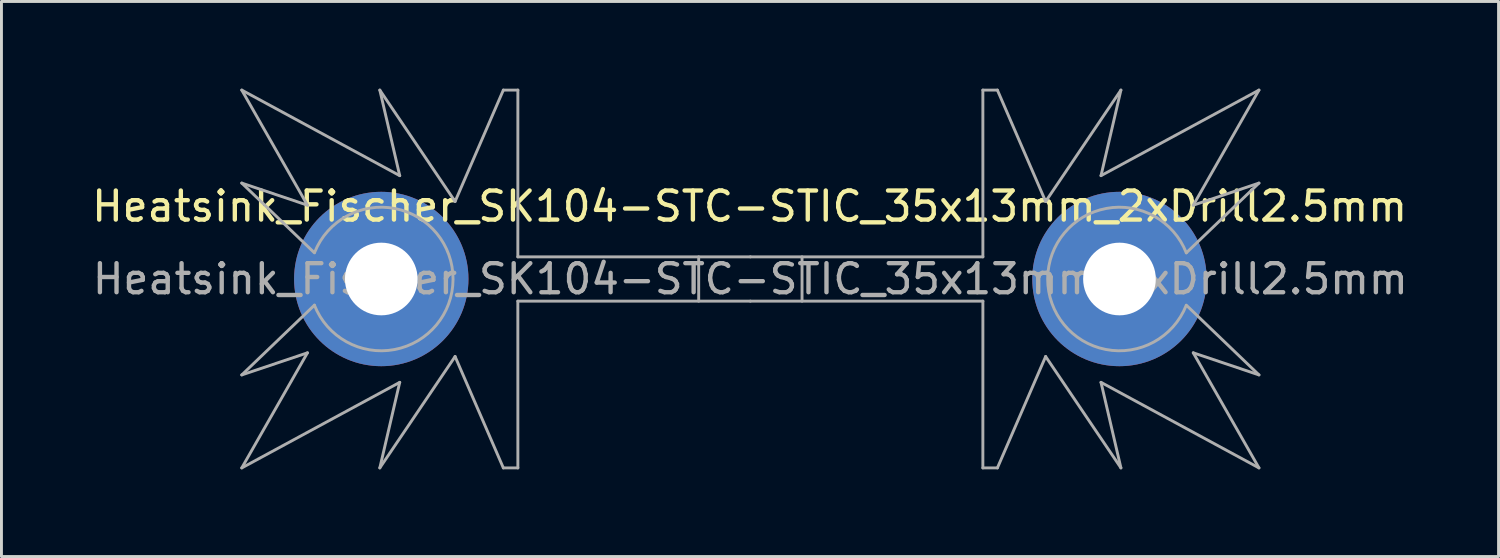
<source format=kicad_pcb>
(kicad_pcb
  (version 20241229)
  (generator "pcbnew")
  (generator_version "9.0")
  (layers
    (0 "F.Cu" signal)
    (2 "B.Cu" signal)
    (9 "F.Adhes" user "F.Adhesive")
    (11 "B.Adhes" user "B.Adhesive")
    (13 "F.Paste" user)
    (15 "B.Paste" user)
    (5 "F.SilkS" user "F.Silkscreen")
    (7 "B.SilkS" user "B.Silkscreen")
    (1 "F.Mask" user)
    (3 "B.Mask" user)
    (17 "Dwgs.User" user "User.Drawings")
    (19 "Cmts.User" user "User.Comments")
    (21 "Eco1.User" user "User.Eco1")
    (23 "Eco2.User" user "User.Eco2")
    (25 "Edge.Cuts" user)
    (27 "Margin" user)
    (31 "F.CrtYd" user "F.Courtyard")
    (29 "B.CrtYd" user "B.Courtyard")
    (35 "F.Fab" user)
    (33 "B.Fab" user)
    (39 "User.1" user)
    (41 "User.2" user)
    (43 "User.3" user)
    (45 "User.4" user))
  (footprint "Heatsink_Fischer_SK104-STC-STIC_35x13mm_2xDrill2.5mm"
    (layer "F.Cu")
    (at 22.769 6.55)
    (property "Reference" "Heatsink_Fischer_SK104-STC-STIC_35x13mm_2xDrill2.5mm" (at -0.025 -2.5 180) (layer "F.SilkS") (effects (font (size 1 1) (thickness 0.15))))
    (attr through_hole)
    (fp_line (start -17.5 -6.5) (end -15.24 -2.54) (stroke (width 0.1) (type solid)) (layer "F.Fab"))
    (fp_line (start -17.5 -6.5) (end -12.065 -3.556) (stroke (width 0.1) (type solid)) (layer "F.Fab"))
    (fp_line (start -17.5 -3.3) (end -15 -0.9) (stroke (width 0.1) (type solid)) (layer "F.Fab"))
    (fp_line (start -17.5 3.3) (end -15 0.9) (stroke (width 0.1) (type solid)) (layer "F.Fab"))
    (fp_line (start -17.5 6.5) (end -15.24 2.54) (stroke (width 0.1) (type solid)) (layer "F.Fab"))
    (fp_line (start -17.5 6.5) (end -12.065 3.556) (stroke (width 0.1) (type solid)) (layer "F.Fab"))
    (fp_line (start -15.24 -2.54) (end -17.5 -3.3) (stroke (width 0.1) (type solid)) (layer "F.Fab"))
    (fp_line (start -15.24 2.54) (end -17.5 3.3) (stroke (width 0.1) (type solid)) (layer "F.Fab"))
    (fp_line (start -12.065 -3.556) (end -12.75 -6.5) (stroke (width 0.1) (type solid)) (layer "F.Fab"))
    (fp_line (start -12.065 3.556) (end -12.75 6.5) (stroke (width 0.1) (type solid)) (layer "F.Fab"))
    (fp_line (start -10.16 -2.667) (end -12.75 -6.5) (stroke (width 0.1) (type solid)) (layer "F.Fab"))
    (fp_line (start -10.16 2.667) (end -12.75 6.5) (stroke (width 0.1) (type solid)) (layer "F.Fab"))
    (fp_line (start -8.5 -6.5) (end -10.16 -2.667) (stroke (width 0.1) (type solid)) (layer "F.Fab"))
    (fp_line (start -8.5 6.5) (end -10.16 2.667) (stroke (width 0.1) (type solid)) (layer "F.Fab"))
    (fp_line (start -8.001 -0.762) (end -8 -6.5) (stroke (width 0.1) (type solid)) (layer "F.Fab"))
    (fp_line (start -8.001 0.762) (end -8 6.5) (stroke (width 0.1) (type solid)) (layer "F.Fab"))
    (fp_line (start -8 -6.5) (end -8.5 -6.5) (stroke (width 0.1) (type solid)) (layer "F.Fab"))
    (fp_line (start -8 6.5) (end -8.5 6.5) (stroke (width 0.1) (type solid)) (layer "F.Fab"))
    (fp_line (start -1.778 0.762) (end -1.778 -0.762) (stroke (width 0.1) (type solid)) (layer "F.Fab"))
    (fp_line (start 0 -0.762) (end -8.001 -0.762) (stroke (width 0.1) (type solid)) (layer "F.Fab"))
    (fp_line (start 0 -0.762) (end 8.001 -0.762) (stroke (width 0.1) (type solid)) (layer "F.Fab"))
    (fp_line (start 0 0.762) (end -8.001 0.762) (stroke (width 0.1) (type solid)) (layer "F.Fab"))
    (fp_line (start 0 0.762) (end 8.001 0.762) (stroke (width 0.1) (type solid)) (layer "F.Fab"))
    (fp_line (start 1.778 -0.762) (end 1.778 0.762) (stroke (width 0.1) (type solid)) (layer "F.Fab"))
    (fp_line (start 8 -6.5) (end 8.5 -6.5) (stroke (width 0.1) (type solid)) (layer "F.Fab"))
    (fp_line (start 8 6.5) (end 8.5 6.5) (stroke (width 0.1) (type solid)) (layer "F.Fab"))
    (fp_line (start 8.001 -0.762) (end 8 -6.5) (stroke (width 0.1) (type solid)) (layer "F.Fab"))
    (fp_line (start 8.001 0.762) (end 8 6.5) (stroke (width 0.1) (type solid)) (layer "F.Fab"))
    (fp_line (start 8.5 -6.5) (end 10.16 -2.667) (stroke (width 0.1) (type solid)) (layer "F.Fab"))
    (fp_line (start 8.5 6.5) (end 10.16 2.667) (stroke (width 0.1) (type solid)) (layer "F.Fab"))
    (fp_line (start 10.16 -2.667) (end 12.75 -6.5) (stroke (width 0.1) (type solid)) (layer "F.Fab"))
    (fp_line (start 10.16 2.667) (end 12.75 6.5) (stroke (width 0.1) (type solid)) (layer "F.Fab"))
    (fp_line (start 12.065 -3.556) (end 12.75 -6.5) (stroke (width 0.1) (type solid)) (layer "F.Fab"))
    (fp_line (start 12.065 3.556) (end 12.75 6.5) (stroke (width 0.1) (type solid)) (layer "F.Fab"))
    (fp_line (start 15.24 -2.54) (end 17.5 -3.3) (stroke (width 0.1) (type solid)) (layer "F.Fab"))
    (fp_line (start 15.24 2.54) (end 17.5 3.3) (stroke (width 0.1) (type solid)) (layer "F.Fab"))
    (fp_line (start 17.5 -6.5) (end 12.065 -3.556) (stroke (width 0.1) (type solid)) (layer "F.Fab"))
    (fp_line (start 17.5 -6.5) (end 15.24 -2.54) (stroke (width 0.1) (type solid)) (layer "F.Fab"))
    (fp_line (start 17.5 -3.3) (end 15 -0.9) (stroke (width 0.1) (type solid)) (layer "F.Fab"))
    (fp_line (start 17.5 3.3) (end 15 0.9) (stroke (width 0.1) (type solid)) (layer "F.Fab"))
    (fp_line (start 17.5 6.5) (end 12.065 3.556) (stroke (width 0.1) (type solid)) (layer "F.Fab"))
    (fp_line (start 17.5 6.5) (end 15.24 2.54) (stroke (width 0.1) (type solid)) (layer "F.Fab"))
    (fp_arc (start -14.99272 -0.918387) (mid -10.230202 0.009888) (end -15 0.9) (stroke (width 0.1) (type solid)) (layer "F.Fab"))
    (fp_arc (start 14.99272 0.918387) (mid 10.230202 -0.009888) (end 15 -0.9) (stroke (width 0.1) (type solid)) (layer "F.Fab"))
    (fp_text user "${REFERENCE}" (at 0 0 180) (layer "F.Fab") (effects (font (size 1 1) (thickness 0.15))))
    (pad "1" thru_hole circle (at -12.7 0 180) (size 6 6) (drill 2.5) (layers "*.Cu" "*.Mask"))
    (pad "1" thru_hole circle (at 12.7 0) (size 6 6) (drill 2.5) (layers "*.Cu" "*.Mask")))
  (gr_rect
    (start -3 -3)
    (end 48.513 16.1)
    (stroke (width 0.1) (type default))
    (fill no)
    (layer "Edge.Cuts")))
</source>
